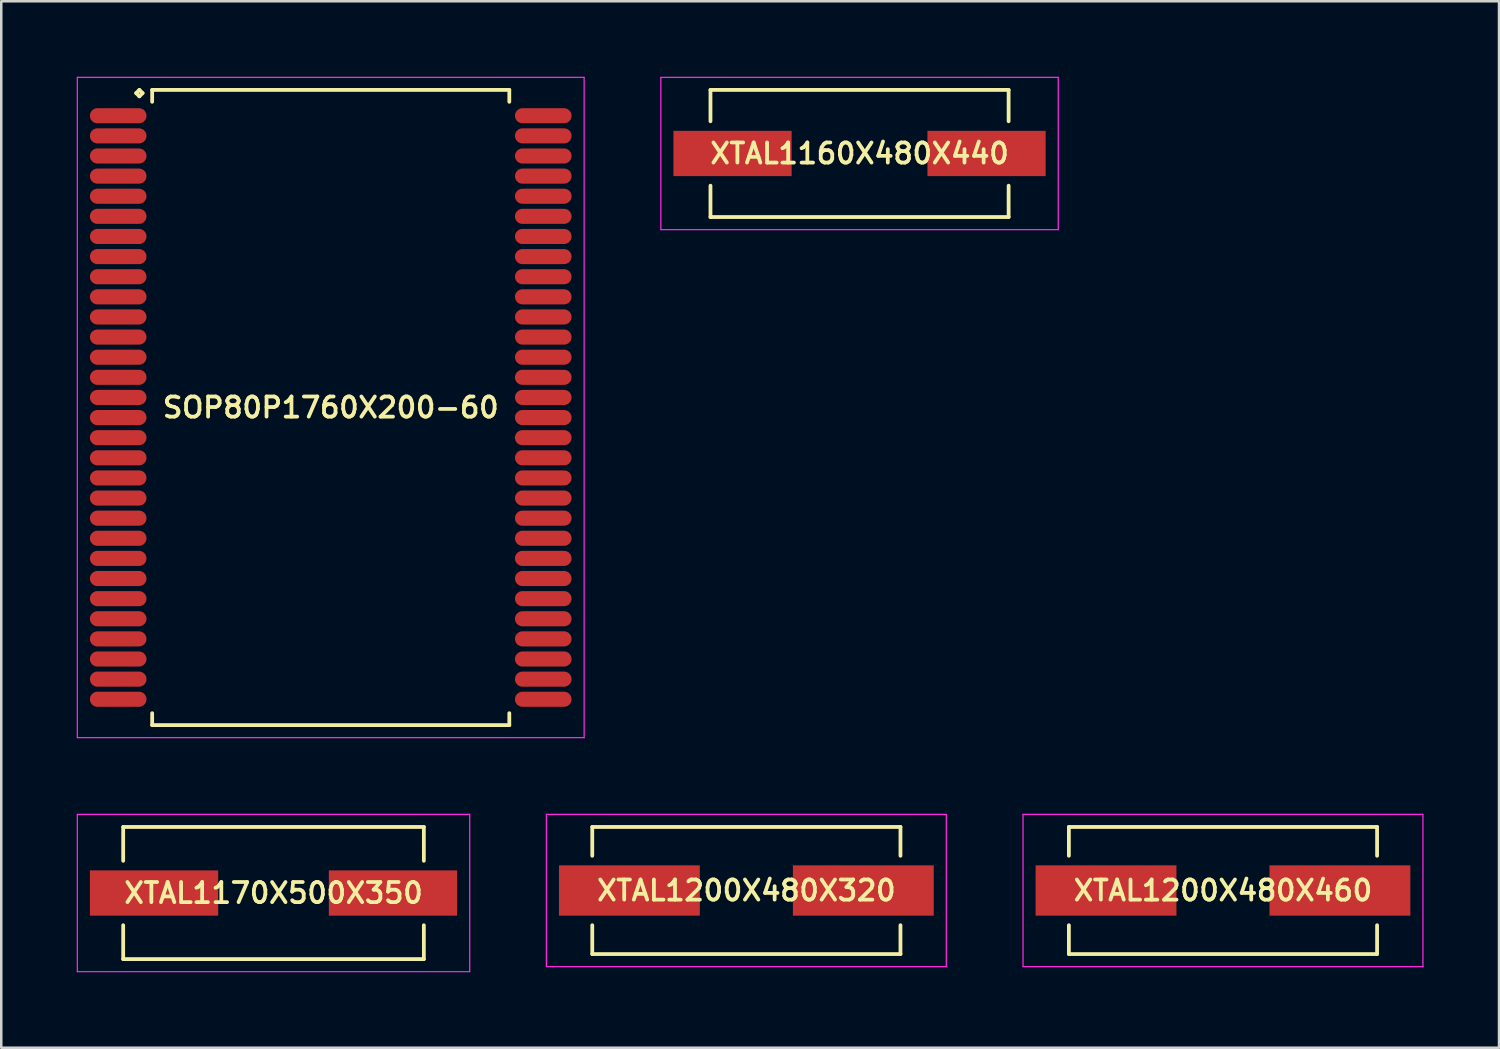
<source format=kicad_pcb>
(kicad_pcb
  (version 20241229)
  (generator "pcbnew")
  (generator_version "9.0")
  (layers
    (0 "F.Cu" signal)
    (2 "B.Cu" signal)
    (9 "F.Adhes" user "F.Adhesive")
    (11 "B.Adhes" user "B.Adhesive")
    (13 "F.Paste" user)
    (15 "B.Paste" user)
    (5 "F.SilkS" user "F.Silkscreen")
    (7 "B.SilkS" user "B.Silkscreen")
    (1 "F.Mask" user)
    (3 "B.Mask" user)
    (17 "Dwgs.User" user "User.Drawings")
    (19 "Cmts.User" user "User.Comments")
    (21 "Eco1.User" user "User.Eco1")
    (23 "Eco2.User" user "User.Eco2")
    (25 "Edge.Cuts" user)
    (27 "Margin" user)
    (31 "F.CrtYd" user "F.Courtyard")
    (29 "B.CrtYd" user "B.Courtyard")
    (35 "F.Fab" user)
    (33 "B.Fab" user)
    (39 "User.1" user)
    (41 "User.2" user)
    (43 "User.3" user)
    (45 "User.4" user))
  (footprint "XTAL1170X500X350"
    (layer "F.Cu")
    (at 7.825 32.456)
    (property "Reference" "XTAL1170X500X350" (at 0 0 0) (layer "F.SilkS") (effects (font (size 0.8 0.8) (thickness 0.15))))
    (attr smd)
    (fp_line (start -5.977 -2.627) (end 5.977 -2.627) (stroke (width 0.15) (type solid)) (layer "F.SilkS"))
    (fp_line (start -5.977 -1.281) (end -5.977 -2.627) (stroke (width 0.15) (type solid)) (layer "F.SilkS"))
    (fp_line (start -5.977 1.281) (end -5.977 2.627) (stroke (width 0.15) (type solid)) (layer "F.SilkS"))
    (fp_line (start -5.977 2.627) (end 5.977 2.627) (stroke (width 0.15) (type solid)) (layer "F.SilkS"))
    (fp_line (start 5.977 -2.627) (end 5.977 -1.281) (stroke (width 0.15) (type solid)) (layer "F.SilkS"))
    (fp_line (start 5.977 2.627) (end 5.977 1.281) (stroke (width 0.15) (type solid)) (layer "F.SilkS"))
    (fp_line (start -7.8 -3.127) (end 7.8 -3.127) (stroke (width 0.05) (type solid)) (layer "F.CrtYd"))
    (fp_line (start -7.8 3.127) (end -7.8 -3.127) (stroke (width 0.05) (type solid)) (layer "F.CrtYd"))
    (fp_line (start 7.8 -3.127) (end 7.8 3.127) (stroke (width 0.05) (type solid)) (layer "F.CrtYd"))
    (fp_line (start 7.8 3.127) (end -7.8 3.127) (stroke (width 0.05) (type solid)) (layer "F.CrtYd"))
    (pad "1" smd rect (at -4.75 0) (size 5.1 1.8) (layers "F.Cu" "F.Mask" "F.Paste"))
    (pad "2" smd rect (at 4.75 0) (size 5.1 1.8) (layers "F.Cu" "F.Mask" "F.Paste")))
  (footprint "SOP80P1760X200-60"
    (layer "F.Cu")
    (at 10.1 13.152)
    (property "Reference" "SOP80P1760X200-60" (at 0 0 0) (layer "F.SilkS") (effects (font (size 0.8 0.8) (thickness 0.15))))
    (attr smd)
    (fp_line (start -7.735 -12.5) (end -7.608 -12.627) (stroke (width 0.15) (type solid)) (layer "F.SilkS"))
    (fp_line (start -7.608 -12.627) (end -7.481 -12.5) (stroke (width 0.15) (type solid)) (layer "F.SilkS"))
    (fp_line (start -7.608 -12.373) (end -7.735 -12.5) (stroke (width 0.15) (type solid)) (layer "F.SilkS"))
    (fp_line (start -7.481 -12.5) (end -7.608 -12.373) (stroke (width 0.15) (type solid)) (layer "F.SilkS"))
    (fp_line (start -7.1 -12.627) (end 7.1 -12.627) (stroke (width 0.15) (type solid)) (layer "F.SilkS"))
    (fp_line (start -7.1 -12.154) (end -7.1 -12.627) (stroke (width 0.15) (type solid)) (layer "F.SilkS"))
    (fp_line (start -7.1 12.154) (end -7.1 12.627) (stroke (width 0.15) (type solid)) (layer "F.SilkS"))
    (fp_line (start -7.1 12.627) (end 7.1 12.627) (stroke (width 0.15) (type solid)) (layer "F.SilkS"))
    (fp_line (start 7.1 -12.627) (end 7.1 -12.154) (stroke (width 0.15) (type solid)) (layer "F.SilkS"))
    (fp_line (start 7.1 12.627) (end 7.1 12.154) (stroke (width 0.15) (type solid)) (layer "F.SilkS"))
    (fp_line (start -10.075 -13.127) (end 10.075 -13.127) (stroke (width 0.05) (type solid)) (layer "F.CrtYd"))
    (fp_line (start -10.075 13.127) (end -10.075 -13.127) (stroke (width 0.05) (type solid)) (layer "F.CrtYd"))
    (fp_line (start 10.075 -13.127) (end 10.075 13.127) (stroke (width 0.05) (type solid)) (layer "F.CrtYd"))
    (fp_line (start 10.075 13.127) (end -10.075 13.127) (stroke (width 0.05) (type solid)) (layer "F.CrtYd"))
    (pad "1" smd oval (at -8.45 -11.6) (size 2.25 0.6) (layers "F.Cu" "F.Mask" "F.Paste"))
    (pad "2" smd oval (at -8.45 -10.8) (size 2.25 0.6) (layers "F.Cu" "F.Mask" "F.Paste"))
    (pad "3" smd oval (at -8.45 -10) (size 2.25 0.6) (layers "F.Cu" "F.Mask" "F.Paste"))
    (pad "4" smd oval (at -8.45 -9.2) (size 2.25 0.6) (layers "F.Cu" "F.Mask" "F.Paste"))
    (pad "5" smd oval (at -8.45 -8.4) (size 2.25 0.6) (layers "F.Cu" "F.Mask" "F.Paste"))
    (pad "6" smd oval (at -8.45 -7.6) (size 2.25 0.6) (layers "F.Cu" "F.Mask" "F.Paste"))
    (pad "7" smd oval (at -8.45 -6.8) (size 2.25 0.6) (layers "F.Cu" "F.Mask" "F.Paste"))
    (pad "8" smd oval (at -8.45 -6) (size 2.25 0.6) (layers "F.Cu" "F.Mask" "F.Paste"))
    (pad "9" smd oval (at -8.45 -5.2) (size 2.25 0.6) (layers "F.Cu" "F.Mask" "F.Paste"))
    (pad "10" smd oval (at -8.45 -4.4) (size 2.25 0.6) (layers "F.Cu" "F.Mask" "F.Paste"))
    (pad "11" smd oval (at -8.45 -3.6) (size 2.25 0.6) (layers "F.Cu" "F.Mask" "F.Paste"))
    (pad "12" smd oval (at -8.45 -2.8) (size 2.25 0.6) (layers "F.Cu" "F.Mask" "F.Paste"))
    (pad "13" smd oval (at -8.45 -2) (size 2.25 0.6) (layers "F.Cu" "F.Mask" "F.Paste"))
    (pad "14" smd oval (at -8.45 -1.2) (size 2.25 0.6) (layers "F.Cu" "F.Mask" "F.Paste"))
    (pad "15" smd oval (at -8.45 -0.4) (size 2.25 0.6) (layers "F.Cu" "F.Mask" "F.Paste"))
    (pad "16" smd oval (at -8.45 0.4) (size 2.25 0.6) (layers "F.Cu" "F.Mask" "F.Paste"))
    (pad "17" smd oval (at -8.45 1.2) (size 2.25 0.6) (layers "F.Cu" "F.Mask" "F.Paste"))
    (pad "18" smd oval (at -8.45 2) (size 2.25 0.6) (layers "F.Cu" "F.Mask" "F.Paste"))
    (pad "19" smd oval (at -8.45 2.8) (size 2.25 0.6) (layers "F.Cu" "F.Mask" "F.Paste"))
    (pad "20" smd oval (at -8.45 3.6) (size 2.25 0.6) (layers "F.Cu" "F.Mask" "F.Paste"))
    (pad "21" smd oval (at -8.45 4.4) (size 2.25 0.6) (layers "F.Cu" "F.Mask" "F.Paste"))
    (pad "22" smd oval (at -8.45 5.2) (size 2.25 0.6) (layers "F.Cu" "F.Mask" "F.Paste"))
    (pad "23" smd oval (at -8.45 6) (size 2.25 0.6) (layers "F.Cu" "F.Mask" "F.Paste"))
    (pad "24" smd oval (at -8.45 6.8) (size 2.25 0.6) (layers "F.Cu" "F.Mask" "F.Paste"))
    (pad "25" smd oval (at -8.45 7.6) (size 2.25 0.6) (layers "F.Cu" "F.Mask" "F.Paste"))
    (pad "26" smd oval (at -8.45 8.4) (size 2.25 0.6) (layers "F.Cu" "F.Mask" "F.Paste"))
    (pad "27" smd oval (at -8.45 9.2) (size 2.25 0.6) (layers "F.Cu" "F.Mask" "F.Paste"))
    (pad "28" smd oval (at -8.45 10) (size 2.25 0.6) (layers "F.Cu" "F.Mask" "F.Paste"))
    (pad "29" smd oval (at -8.45 10.8) (size 2.25 0.6) (layers "F.Cu" "F.Mask" "F.Paste"))
    (pad "30" smd oval (at -8.45 11.6) (size 2.25 0.6) (layers "F.Cu" "F.Mask" "F.Paste"))
    (pad "31" smd oval (at 8.45 11.6) (size 2.25 0.6) (layers "F.Cu" "F.Mask" "F.Paste"))
    (pad "32" smd oval (at 8.45 10.8) (size 2.25 0.6) (layers "F.Cu" "F.Mask" "F.Paste"))
    (pad "33" smd oval (at 8.45 10) (size 2.25 0.6) (layers "F.Cu" "F.Mask" "F.Paste"))
    (pad "34" smd oval (at 8.45 9.2) (size 2.25 0.6) (layers "F.Cu" "F.Mask" "F.Paste"))
    (pad "35" smd oval (at 8.45 8.4) (size 2.25 0.6) (layers "F.Cu" "F.Mask" "F.Paste"))
    (pad "36" smd oval (at 8.45 7.6) (size 2.25 0.6) (layers "F.Cu" "F.Mask" "F.Paste"))
    (pad "37" smd oval (at 8.45 6.8) (size 2.25 0.6) (layers "F.Cu" "F.Mask" "F.Paste"))
    (pad "38" smd oval (at 8.45 6) (size 2.25 0.6) (layers "F.Cu" "F.Mask" "F.Paste"))
    (pad "39" smd oval (at 8.45 5.2) (size 2.25 0.6) (layers "F.Cu" "F.Mask" "F.Paste"))
    (pad "40" smd oval (at 8.45 4.4) (size 2.25 0.6) (layers "F.Cu" "F.Mask" "F.Paste"))
    (pad "41" smd oval (at 8.45 3.6) (size 2.25 0.6) (layers "F.Cu" "F.Mask" "F.Paste"))
    (pad "42" smd oval (at 8.45 2.8) (size 2.25 0.6) (layers "F.Cu" "F.Mask" "F.Paste"))
    (pad "43" smd oval (at 8.45 2) (size 2.25 0.6) (layers "F.Cu" "F.Mask" "F.Paste"))
    (pad "44" smd oval (at 8.45 1.2) (size 2.25 0.6) (layers "F.Cu" "F.Mask" "F.Paste"))
    (pad "45" smd oval (at 8.45 0.4) (size 2.25 0.6) (layers "F.Cu" "F.Mask" "F.Paste"))
    (pad "46" smd oval (at 8.45 -0.4) (size 2.25 0.6) (layers "F.Cu" "F.Mask" "F.Paste"))
    (pad "47" smd oval (at 8.45 -1.2) (size 2.25 0.6) (layers "F.Cu" "F.Mask" "F.Paste"))
    (pad "48" smd oval (at 8.45 -2) (size 2.25 0.6) (layers "F.Cu" "F.Mask" "F.Paste"))
    (pad "49" smd oval (at 8.45 -2.8) (size 2.25 0.6) (layers "F.Cu" "F.Mask" "F.Paste"))
    (pad "50" smd oval (at 8.45 -3.6) (size 2.25 0.6) (layers "F.Cu" "F.Mask" "F.Paste"))
    (pad "51" smd oval (at 8.45 -4.4) (size 2.25 0.6) (layers "F.Cu" "F.Mask" "F.Paste"))
    (pad "52" smd oval (at 8.45 -5.2) (size 2.25 0.6) (layers "F.Cu" "F.Mask" "F.Paste"))
    (pad "53" smd oval (at 8.45 -6) (size 2.25 0.6) (layers "F.Cu" "F.Mask" "F.Paste"))
    (pad "54" smd oval (at 8.45 -6.8) (size 2.25 0.6) (layers "F.Cu" "F.Mask" "F.Paste"))
    (pad "55" smd oval (at 8.45 -7.6) (size 2.25 0.6) (layers "F.Cu" "F.Mask" "F.Paste"))
    (pad "56" smd oval (at 8.45 -8.4) (size 2.25 0.6) (layers "F.Cu" "F.Mask" "F.Paste"))
    (pad "57" smd oval (at 8.45 -9.2) (size 2.25 0.6) (layers "F.Cu" "F.Mask" "F.Paste"))
    (pad "58" smd oval (at 8.45 -10) (size 2.25 0.6) (layers "F.Cu" "F.Mask" "F.Paste"))
    (pad "59" smd oval (at 8.45 -10.8) (size 2.25 0.6) (layers "F.Cu" "F.Mask" "F.Paste"))
    (pad "60" smd oval (at 8.45 -11.6) (size 2.25 0.6) (layers "F.Cu" "F.Mask" "F.Paste")))
  (footprint "XTAL1200X480X460"
    (layer "F.Cu")
    (at 45.575 32.356)
    (property "Reference" "XTAL1200X480X460" (at 0 0 0) (layer "F.SilkS") (effects (font (size 0.8 0.8) (thickness 0.15))))
    (attr smd)
    (fp_line (start -6.127 -2.527) (end 6.127 -2.527) (stroke (width 0.15) (type solid)) (layer "F.SilkS"))
    (fp_line (start -6.127 -1.381) (end -6.127 -2.527) (stroke (width 0.15) (type solid)) (layer "F.SilkS"))
    (fp_line (start -6.127 1.381) (end -6.127 2.527) (stroke (width 0.15) (type solid)) (layer "F.SilkS"))
    (fp_line (start -6.127 2.527) (end 6.127 2.527) (stroke (width 0.15) (type solid)) (layer "F.SilkS"))
    (fp_line (start 6.127 -2.527) (end 6.127 -1.381) (stroke (width 0.15) (type solid)) (layer "F.SilkS"))
    (fp_line (start 6.127 2.527) (end 6.127 1.381) (stroke (width 0.15) (type solid)) (layer "F.SilkS"))
    (fp_line (start -7.95 -3.027) (end 7.95 -3.027) (stroke (width 0.05) (type solid)) (layer "F.CrtYd"))
    (fp_line (start -7.95 3.027) (end -7.95 -3.027) (stroke (width 0.05) (type solid)) (layer "F.CrtYd"))
    (fp_line (start 7.95 -3.027) (end 7.95 3.027) (stroke (width 0.05) (type solid)) (layer "F.CrtYd"))
    (fp_line (start 7.95 3.027) (end -7.95 3.027) (stroke (width 0.05) (type solid)) (layer "F.CrtYd"))
    (pad "1" smd rect (at -4.65 0) (size 5.6 2) (layers "F.Cu" "F.Mask" "F.Paste"))
    (pad "2" smd rect (at 4.65 0) (size 5.6 2) (layers "F.Cu" "F.Mask" "F.Paste")))
  (footprint "XTAL1160X480X440"
    (layer "F.Cu")
    (at 31.125 3.052)
    (property "Reference" "XTAL1160X480X440" (at 0 0 0) (layer "F.SilkS") (effects (font (size 0.8 0.8) (thickness 0.15))))
    (attr smd)
    (fp_line (start -5.927 -2.527) (end 5.927 -2.527) (stroke (width 0.15) (type solid)) (layer "F.SilkS"))
    (fp_line (start -5.927 -1.281) (end -5.927 -2.527) (stroke (width 0.15) (type solid)) (layer "F.SilkS"))
    (fp_line (start -5.927 1.281) (end -5.927 2.527) (stroke (width 0.15) (type solid)) (layer "F.SilkS"))
    (fp_line (start -5.927 2.527) (end 5.927 2.527) (stroke (width 0.15) (type solid)) (layer "F.SilkS"))
    (fp_line (start 5.927 -2.527) (end 5.927 -1.281) (stroke (width 0.15) (type solid)) (layer "F.SilkS"))
    (fp_line (start 5.927 2.527) (end 5.927 1.281) (stroke (width 0.15) (type solid)) (layer "F.SilkS"))
    (fp_line (start -7.9 -3.027) (end 7.9 -3.027) (stroke (width 0.05) (type solid)) (layer "F.CrtYd"))
    (fp_line (start -7.9 3.027) (end -7.9 -3.027) (stroke (width 0.05) (type solid)) (layer "F.CrtYd"))
    (fp_line (start 7.9 -3.027) (end 7.9 3.027) (stroke (width 0.05) (type solid)) (layer "F.CrtYd"))
    (fp_line (start 7.9 3.027) (end -7.9 3.027) (stroke (width 0.05) (type solid)) (layer "F.CrtYd"))
    (pad "1" smd rect (at -5.05 0) (size 4.7 1.8) (layers "F.Cu" "F.Mask" "F.Paste"))
    (pad "2" smd rect (at 5.05 0) (size 4.7 1.8) (layers "F.Cu" "F.Mask" "F.Paste")))
  (footprint "XTAL1200X480X320"
    (layer "F.Cu")
    (at 26.625 32.356)
    (property "Reference" "XTAL1200X480X320" (at 0 0 0) (layer "F.SilkS") (effects (font (size 0.8 0.8) (thickness 0.15))))
    (attr smd)
    (fp_line (start -6.127 -2.527) (end 6.127 -2.527) (stroke (width 0.15) (type solid)) (layer "F.SilkS"))
    (fp_line (start -6.127 -1.381) (end -6.127 -2.527) (stroke (width 0.15) (type solid)) (layer "F.SilkS"))
    (fp_line (start -6.127 1.381) (end -6.127 2.527) (stroke (width 0.15) (type solid)) (layer "F.SilkS"))
    (fp_line (start -6.127 2.527) (end 6.127 2.527) (stroke (width 0.15) (type solid)) (layer "F.SilkS"))
    (fp_line (start 6.127 -2.527) (end 6.127 -1.381) (stroke (width 0.15) (type solid)) (layer "F.SilkS"))
    (fp_line (start 6.127 2.527) (end 6.127 1.381) (stroke (width 0.15) (type solid)) (layer "F.SilkS"))
    (fp_line (start -7.95 -3.027) (end 7.95 -3.027) (stroke (width 0.05) (type solid)) (layer "F.CrtYd"))
    (fp_line (start -7.95 3.027) (end -7.95 -3.027) (stroke (width 0.05) (type solid)) (layer "F.CrtYd"))
    (fp_line (start 7.95 -3.027) (end 7.95 3.027) (stroke (width 0.05) (type solid)) (layer "F.CrtYd"))
    (fp_line (start 7.95 3.027) (end -7.95 3.027) (stroke (width 0.05) (type solid)) (layer "F.CrtYd"))
    (pad "1" smd rect (at -4.65 0) (size 5.6 2) (layers "F.Cu" "F.Mask" "F.Paste"))
    (pad "2" smd rect (at 4.65 0) (size 5.6 2) (layers "F.Cu" "F.Mask" "F.Paste")))
  (gr_rect
    (start -3 -3)
    (end 56.55 38.608)
    (stroke (width 0.1) (type default))
    (fill no)
    (layer "Edge.Cuts")))
</source>
